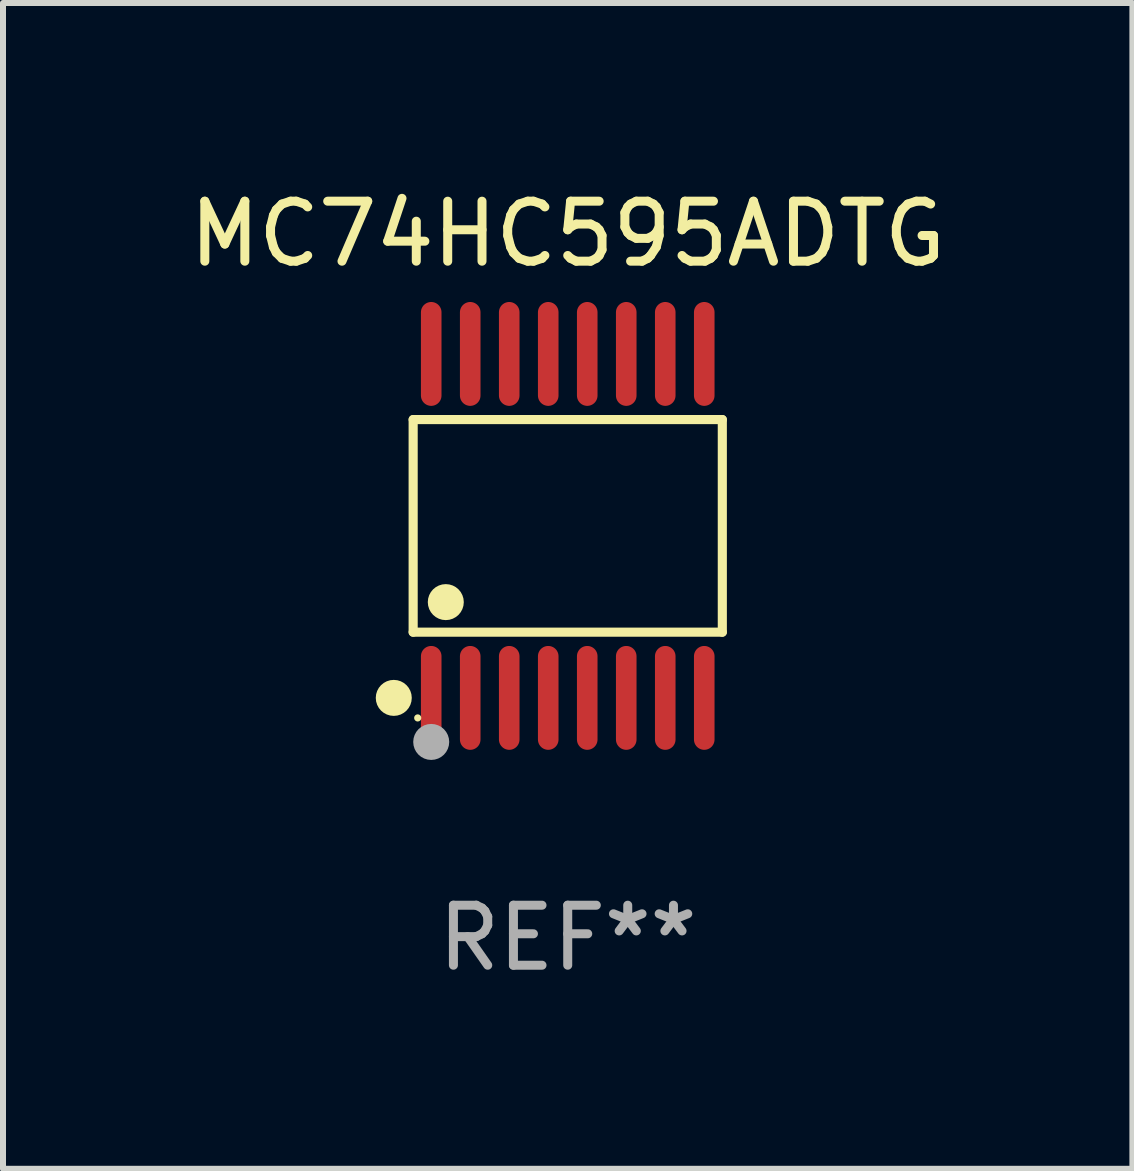
<source format=kicad_pcb>
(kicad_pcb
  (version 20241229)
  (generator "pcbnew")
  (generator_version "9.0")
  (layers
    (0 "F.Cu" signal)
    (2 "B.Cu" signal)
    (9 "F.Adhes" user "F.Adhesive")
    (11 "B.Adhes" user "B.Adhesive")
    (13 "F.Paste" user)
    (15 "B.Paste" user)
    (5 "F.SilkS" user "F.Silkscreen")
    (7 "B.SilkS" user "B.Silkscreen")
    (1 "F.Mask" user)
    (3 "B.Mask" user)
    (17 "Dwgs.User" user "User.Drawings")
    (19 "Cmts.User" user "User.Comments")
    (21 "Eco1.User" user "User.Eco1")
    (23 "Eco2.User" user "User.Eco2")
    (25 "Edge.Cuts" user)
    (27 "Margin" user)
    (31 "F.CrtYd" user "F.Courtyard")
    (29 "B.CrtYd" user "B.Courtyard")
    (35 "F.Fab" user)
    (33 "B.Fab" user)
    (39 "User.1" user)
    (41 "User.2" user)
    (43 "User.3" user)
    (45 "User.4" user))
  (footprint "MC74HC595ADTG"
    (layer "F.Cu")
    (at 6.411 5.714)
    (property "Reference" "MC74HC595ADTG" (at 0 -4.866 0) (layer "F.SilkS") (effects (font (size 1 1) (thickness 0.15))))
    (attr through_hole)
    (fp_line (start -2.576 -1.772) (end 2.576 -1.772) (stroke (width 0.152) (type solid)) (layer "F.SilkS"))
    (fp_line (start -2.576 1.771) (end -2.576 -1.772) (stroke (width 0.152) (type solid)) (layer "F.SilkS"))
    (fp_line (start 2.576 -1.772) (end 2.576 1.771) (stroke (width 0.152) (type solid)) (layer "F.SilkS"))
    (fp_line (start 2.576 1.771) (end -2.576 1.771) (stroke (width 0.152) (type solid)) (layer "F.SilkS"))
    (fp_circle (center -2.899 2.866) (end -2.749 2.866) (stroke (width 0.3) (type solid)) (fill no) (layer "F.SilkS"))
    (fp_circle (center -2.5 3.2) (end -2.47 3.2) (stroke (width 0.06) (type solid)) (fill no) (layer "F.SilkS"))
    (fp_circle (center -2.032 1.27) (end -1.882 1.27) (stroke (width 0.3) (type solid)) (fill no) (layer "F.SilkS"))
    (fp_circle (center -2.275 3.6) (end -2.125 3.6) (stroke (width 0.3) (type solid)) (fill no) (layer "F.Fab"))
    (fp_text user "REF**" (at 0 6.866 0) (layer "F.Fab") (effects (font (size 1 1) (thickness 0.15))))
    (pad "1" smd oval (at -2.275 2.866) (size 0.343 1.731) (layers "F.Cu" "F.Mask" "F.Paste"))
    (pad "2" smd oval (at -1.625 2.866) (size 0.343 1.731) (layers "F.Cu" "F.Mask" "F.Paste"))
    (pad "3" smd oval (at -0.975 2.866) (size 0.343 1.731) (layers "F.Cu" "F.Mask" "F.Paste"))
    (pad "4" smd oval (at -0.325 2.866) (size 0.343 1.731) (layers "F.Cu" "F.Mask" "F.Paste"))
    (pad "5" smd oval (at 0.325 2.866) (size 0.343 1.731) (layers "F.Cu" "F.Mask" "F.Paste"))
    (pad "6" smd oval (at 0.975 2.866) (size 0.343 1.731) (layers "F.Cu" "F.Mask" "F.Paste"))
    (pad "7" smd oval (at 1.625 2.866) (size 0.343 1.731) (layers "F.Cu" "F.Mask" "F.Paste"))
    (pad "8" smd oval (at 2.275 2.866) (size 0.343 1.731) (layers "F.Cu" "F.Mask" "F.Paste"))
    (pad "9" smd oval (at 2.275 -2.866) (size 0.343 1.731) (layers "F.Cu" "F.Mask" "F.Paste"))
    (pad "10" smd oval (at 1.625 -2.866) (size 0.343 1.731) (layers "F.Cu" "F.Mask" "F.Paste"))
    (pad "11" smd oval (at 0.975 -2.866) (size 0.343 1.731) (layers "F.Cu" "F.Mask" "F.Paste"))
    (pad "12" smd oval (at 0.325 -2.866) (size 0.343 1.731) (layers "F.Cu" "F.Mask" "F.Paste"))
    (pad "13" smd oval (at -0.325 -2.866) (size 0.343 1.731) (layers "F.Cu" "F.Mask" "F.Paste"))
    (pad "14" smd oval (at -0.975 -2.866) (size 0.343 1.731) (layers "F.Cu" "F.Mask" "F.Paste"))
    (pad "15" smd oval (at -1.625 -2.866) (size 0.343 1.731) (layers "F.Cu" "F.Mask" "F.Paste"))
    (pad "16" smd oval (at -2.275 -2.866) (size 0.343 1.731) (layers "F.Cu" "F.Mask" "F.Paste")))
  (gr_rect
    (start -3 -3)
    (end 15.821 16.428)
    (stroke (width 0.1) (type default))
    (fill no)
    (layer "Edge.Cuts")))
</source>
